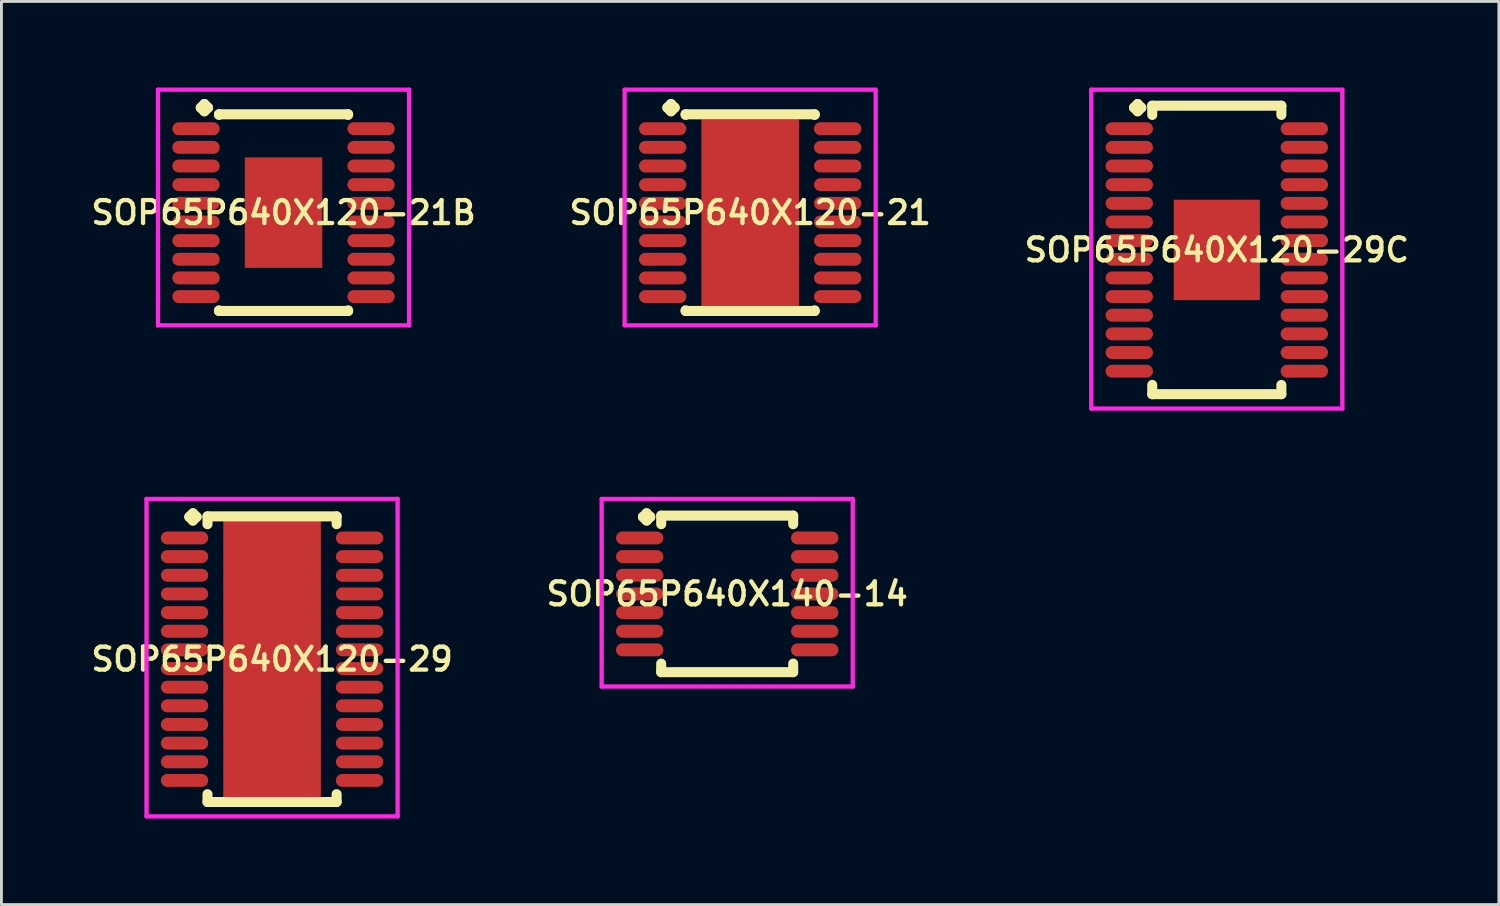
<source format=kicad_pcb>
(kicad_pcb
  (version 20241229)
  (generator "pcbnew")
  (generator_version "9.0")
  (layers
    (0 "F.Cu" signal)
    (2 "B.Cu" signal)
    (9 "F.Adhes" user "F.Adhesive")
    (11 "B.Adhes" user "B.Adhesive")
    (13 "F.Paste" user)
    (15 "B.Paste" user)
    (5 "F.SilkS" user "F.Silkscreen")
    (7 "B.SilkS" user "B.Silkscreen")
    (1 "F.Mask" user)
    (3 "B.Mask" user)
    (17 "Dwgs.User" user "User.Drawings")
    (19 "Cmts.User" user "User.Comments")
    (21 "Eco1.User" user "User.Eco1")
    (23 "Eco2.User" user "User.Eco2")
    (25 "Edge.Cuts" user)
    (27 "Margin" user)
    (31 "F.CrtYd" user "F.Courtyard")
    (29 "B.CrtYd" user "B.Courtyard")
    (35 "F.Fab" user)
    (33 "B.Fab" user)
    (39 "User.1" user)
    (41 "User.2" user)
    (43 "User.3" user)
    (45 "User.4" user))
  (footprint "SOP65P640X140-14"
    (layer "F.Cu")
    (at 22.292 17.647)
    (property "Reference" "SOP65P640X140-14" (at 0 0 0) (layer "F.SilkS") (effects (font (size 0.8 0.8) (thickness 0.15))))
    (attr smd)
    (fp_line (start -2.935 -2.683) (end -2.808 -2.81) (stroke (width 0.35) (type solid)) (layer "F.SilkS"))
    (fp_line (start -2.808 -2.81) (end -2.681 -2.683) (stroke (width 0.35) (type solid)) (layer "F.SilkS"))
    (fp_line (start -2.808 -2.556) (end -2.935 -2.683) (stroke (width 0.35) (type solid)) (layer "F.SilkS"))
    (fp_line (start -2.681 -2.683) (end -2.808 -2.556) (stroke (width 0.35) (type solid)) (layer "F.SilkS"))
    (fp_line (start -2.3 -2.727) (end 2.3 -2.727) (stroke (width 0.35) (type solid)) (layer "F.SilkS"))
    (fp_line (start -2.3 -2.429) (end -2.3 -2.727) (stroke (width 0.35) (type solid)) (layer "F.SilkS"))
    (fp_line (start -2.3 2.429) (end -2.3 2.727) (stroke (width 0.35) (type solid)) (layer "F.SilkS"))
    (fp_line (start -2.3 2.727) (end 2.3 2.727) (stroke (width 0.35) (type solid)) (layer "F.SilkS"))
    (fp_line (start 2.3 -2.727) (end 2.3 -2.429) (stroke (width 0.35) (type solid)) (layer "F.SilkS"))
    (fp_line (start 2.3 2.727) (end 2.3 2.429) (stroke (width 0.35) (type solid)) (layer "F.SilkS"))
    (fp_line (start -4.375 -3.31) (end 4.375 -3.31) (stroke (width 0.15) (type solid)) (layer "F.CrtYd"))
    (fp_line (start -4.375 3.227) (end -4.375 -3.31) (stroke (width 0.15) (type solid)) (layer "F.CrtYd"))
    (fp_line (start 4.375 -3.31) (end 4.375 3.227) (stroke (width 0.15) (type solid)) (layer "F.CrtYd"))
    (fp_line (start 4.375 3.227) (end -4.375 3.227) (stroke (width 0.15) (type solid)) (layer "F.CrtYd"))
    (pad "1" smd oval (at -3.05 -1.95) (size 1.65 0.45) (layers "F.Cu" "F.Mask" "F.Paste"))
    (pad "2" smd oval (at -3.05 -1.3) (size 1.65 0.45) (layers "F.Cu" "F.Mask" "F.Paste"))
    (pad "3" smd oval (at -3.05 -0.65) (size 1.65 0.45) (layers "F.Cu" "F.Mask" "F.Paste"))
    (pad "4" smd oval (at -3.05 0) (size 1.65 0.45) (layers "F.Cu" "F.Mask" "F.Paste"))
    (pad "5" smd oval (at -3.05 0.65) (size 1.65 0.45) (layers "F.Cu" "F.Mask" "F.Paste"))
    (pad "6" smd oval (at -3.05 1.3) (size 1.65 0.45) (layers "F.Cu" "F.Mask" "F.Paste"))
    (pad "7" smd oval (at -3.05 1.95) (size 1.65 0.45) (layers "F.Cu" "F.Mask" "F.Paste"))
    (pad "8" smd oval (at 3.05 1.95) (size 1.65 0.45) (layers "F.Cu" "F.Mask" "F.Paste"))
    (pad "9" smd oval (at 3.05 1.3) (size 1.65 0.45) (layers "F.Cu" "F.Mask" "F.Paste"))
    (pad "10" smd oval (at 3.05 0.65) (size 1.65 0.45) (layers "F.Cu" "F.Mask" "F.Paste"))
    (pad "11" smd oval (at 3.05 0) (size 1.65 0.45) (layers "F.Cu" "F.Mask" "F.Paste"))
    (pad "12" smd oval (at 3.05 -0.65) (size 1.65 0.45) (layers "F.Cu" "F.Mask" "F.Paste"))
    (pad "13" smd oval (at 3.05 -1.3) (size 1.65 0.45) (layers "F.Cu" "F.Mask" "F.Paste"))
    (pad "14" smd oval (at 3.05 -1.95) (size 1.65 0.45) (layers "F.Cu" "F.Mask" "F.Paste")))
  (footprint "SOP65P640X120-21"
    (layer "F.Cu")
    (at 23.092 4.36)
    (property "Reference" "SOP65P640X120-21" (at 0 0 0) (layer "F.SilkS") (effects (font (size 0.8 0.8) (thickness 0.15))))
    (attr smd)
    (fp_line (start -2.885 -3.658) (end -2.758 -3.785) (stroke (width 0.35) (type solid)) (layer "F.SilkS"))
    (fp_line (start -2.758 -3.785) (end -2.631 -3.658) (stroke (width 0.35) (type solid)) (layer "F.SilkS"))
    (fp_line (start -2.758 -3.531) (end -2.885 -3.658) (stroke (width 0.35) (type solid)) (layer "F.SilkS"))
    (fp_line (start -2.631 -3.658) (end -2.758 -3.531) (stroke (width 0.35) (type solid)) (layer "F.SilkS"))
    (fp_line (start -2.25 -3.427) (end 2.25 -3.427) (stroke (width 0.35) (type solid)) (layer "F.SilkS"))
    (fp_line (start -2.25 -3.404) (end -2.25 -3.427) (stroke (width 0.35) (type solid)) (layer "F.SilkS"))
    (fp_line (start -2.25 3.404) (end -2.25 3.427) (stroke (width 0.35) (type solid)) (layer "F.SilkS"))
    (fp_line (start -2.25 3.427) (end 2.25 3.427) (stroke (width 0.35) (type solid)) (layer "F.SilkS"))
    (fp_line (start 2.25 -3.427) (end 2.25 -3.404) (stroke (width 0.35) (type solid)) (layer "F.SilkS"))
    (fp_line (start 2.25 3.427) (end 2.25 3.404) (stroke (width 0.35) (type solid)) (layer "F.SilkS"))
    (fp_line (start -4.375 -4.285) (end 4.375 -4.285) (stroke (width 0.15) (type solid)) (layer "F.CrtYd"))
    (fp_line (start -4.375 3.927) (end -4.375 -4.285) (stroke (width 0.15) (type solid)) (layer "F.CrtYd"))
    (fp_line (start 4.375 -4.285) (end 4.375 3.927) (stroke (width 0.15) (type solid)) (layer "F.CrtYd"))
    (fp_line (start 4.375 3.927) (end -4.375 3.927) (stroke (width 0.15) (type solid)) (layer "F.CrtYd"))
    (pad "1" smd oval (at -3.05 -2.925) (size 1.65 0.45) (layers "F.Cu" "F.Mask" "F.Paste"))
    (pad "2" smd oval (at -3.05 -2.275) (size 1.65 0.45) (layers "F.Cu" "F.Mask" "F.Paste"))
    (pad "3" smd oval (at -3.05 -1.625) (size 1.65 0.45) (layers "F.Cu" "F.Mask" "F.Paste"))
    (pad "4" smd oval (at -3.05 -0.975) (size 1.65 0.45) (layers "F.Cu" "F.Mask" "F.Paste"))
    (pad "5" smd oval (at -3.05 -0.325) (size 1.65 0.45) (layers "F.Cu" "F.Mask" "F.Paste"))
    (pad "6" smd oval (at -3.05 0.325) (size 1.65 0.45) (layers "F.Cu" "F.Mask" "F.Paste"))
    (pad "7" smd oval (at -3.05 0.975) (size 1.65 0.45) (layers "F.Cu" "F.Mask" "F.Paste"))
    (pad "8" smd oval (at -3.05 1.625) (size 1.65 0.45) (layers "F.Cu" "F.Mask" "F.Paste"))
    (pad "9" smd oval (at -3.05 2.275) (size 1.65 0.45) (layers "F.Cu" "F.Mask" "F.Paste"))
    (pad "10" smd oval (at -3.05 2.925) (size 1.65 0.45) (layers "F.Cu" "F.Mask" "F.Paste"))
    (pad "11" smd oval (at 3.05 2.925) (size 1.65 0.45) (layers "F.Cu" "F.Mask" "F.Paste"))
    (pad "12" smd oval (at 3.05 2.275) (size 1.65 0.45) (layers "F.Cu" "F.Mask" "F.Paste"))
    (pad "13" smd oval (at 3.05 1.625) (size 1.65 0.45) (layers "F.Cu" "F.Mask" "F.Paste"))
    (pad "14" smd oval (at 3.05 0.975) (size 1.65 0.45) (layers "F.Cu" "F.Mask" "F.Paste"))
    (pad "15" smd oval (at 3.05 0.325) (size 1.65 0.45) (layers "F.Cu" "F.Mask" "F.Paste"))
    (pad "16" smd oval (at 3.05 -0.325) (size 1.65 0.45) (layers "F.Cu" "F.Mask" "F.Paste"))
    (pad "17" smd oval (at 3.05 -0.975) (size 1.65 0.45) (layers "F.Cu" "F.Mask" "F.Paste"))
    (pad "18" smd oval (at 3.05 -1.625) (size 1.65 0.45) (layers "F.Cu" "F.Mask" "F.Paste"))
    (pad "19" smd oval (at 3.05 -2.275) (size 1.65 0.45) (layers "F.Cu" "F.Mask" "F.Paste"))
    (pad "20" smd oval (at 3.05 -2.925) (size 1.65 0.45) (layers "F.Cu" "F.Mask" "F.Paste"))
    (pad "21" smd rect (at 0 0) (size 3.4 6.5) (layers "F.Cu" "F.Mask" "F.Paste")))
  (footprint "SOP65P640X120-21B"
    (layer "F.Cu")
    (at 6.831 4.36)
    (property "Reference" "SOP65P640X120-21B" (at 0 0 0) (layer "F.SilkS") (effects (font (size 0.8 0.8) (thickness 0.15))))
    (attr smd)
    (fp_line (start -2.885 -3.658) (end -2.758 -3.785) (stroke (width 0.35) (type solid)) (layer "F.SilkS"))
    (fp_line (start -2.758 -3.785) (end -2.631 -3.658) (stroke (width 0.35) (type solid)) (layer "F.SilkS"))
    (fp_line (start -2.758 -3.531) (end -2.885 -3.658) (stroke (width 0.35) (type solid)) (layer "F.SilkS"))
    (fp_line (start -2.631 -3.658) (end -2.758 -3.531) (stroke (width 0.35) (type solid)) (layer "F.SilkS"))
    (fp_line (start -2.25 -3.427) (end 2.25 -3.427) (stroke (width 0.35) (type solid)) (layer "F.SilkS"))
    (fp_line (start -2.25 -3.404) (end -2.25 -3.427) (stroke (width 0.35) (type solid)) (layer "F.SilkS"))
    (fp_line (start -2.25 3.404) (end -2.25 3.427) (stroke (width 0.35) (type solid)) (layer "F.SilkS"))
    (fp_line (start -2.25 3.427) (end 2.25 3.427) (stroke (width 0.35) (type solid)) (layer "F.SilkS"))
    (fp_line (start 2.25 -3.427) (end 2.25 -3.404) (stroke (width 0.35) (type solid)) (layer "F.SilkS"))
    (fp_line (start 2.25 3.427) (end 2.25 3.404) (stroke (width 0.35) (type solid)) (layer "F.SilkS"))
    (fp_line (start -4.375 -4.285) (end 4.375 -4.285) (stroke (width 0.15) (type solid)) (layer "F.CrtYd"))
    (fp_line (start -4.375 3.927) (end -4.375 -4.285) (stroke (width 0.15) (type solid)) (layer "F.CrtYd"))
    (fp_line (start 4.375 -4.285) (end 4.375 3.927) (stroke (width 0.15) (type solid)) (layer "F.CrtYd"))
    (fp_line (start 4.375 3.927) (end -4.375 3.927) (stroke (width 0.15) (type solid)) (layer "F.CrtYd"))
    (pad "1" smd oval (at -3.05 -2.925) (size 1.65 0.45) (layers "F.Cu" "F.Mask" "F.Paste"))
    (pad "2" smd oval (at -3.05 -2.275) (size 1.65 0.45) (layers "F.Cu" "F.Mask" "F.Paste"))
    (pad "3" smd oval (at -3.05 -1.625) (size 1.65 0.45) (layers "F.Cu" "F.Mask" "F.Paste"))
    (pad "4" smd oval (at -3.05 -0.975) (size 1.65 0.45) (layers "F.Cu" "F.Mask" "F.Paste"))
    (pad "5" smd oval (at -3.05 -0.325) (size 1.65 0.45) (layers "F.Cu" "F.Mask" "F.Paste"))
    (pad "6" smd oval (at -3.05 0.325) (size 1.65 0.45) (layers "F.Cu" "F.Mask" "F.Paste"))
    (pad "7" smd oval (at -3.05 0.975) (size 1.65 0.45) (layers "F.Cu" "F.Mask" "F.Paste"))
    (pad "8" smd oval (at -3.05 1.625) (size 1.65 0.45) (layers "F.Cu" "F.Mask" "F.Paste"))
    (pad "9" smd oval (at -3.05 2.275) (size 1.65 0.45) (layers "F.Cu" "F.Mask" "F.Paste"))
    (pad "10" smd oval (at -3.05 2.925) (size 1.65 0.45) (layers "F.Cu" "F.Mask" "F.Paste"))
    (pad "11" smd oval (at 3.05 2.925) (size 1.65 0.45) (layers "F.Cu" "F.Mask" "F.Paste"))
    (pad "12" smd oval (at 3.05 2.275) (size 1.65 0.45) (layers "F.Cu" "F.Mask" "F.Paste"))
    (pad "13" smd oval (at 3.05 1.625) (size 1.65 0.45) (layers "F.Cu" "F.Mask" "F.Paste"))
    (pad "14" smd oval (at 3.05 0.975) (size 1.65 0.45) (layers "F.Cu" "F.Mask" "F.Paste"))
    (pad "15" smd oval (at 3.05 0.325) (size 1.65 0.45) (layers "F.Cu" "F.Mask" "F.Paste"))
    (pad "16" smd oval (at 3.05 -0.325) (size 1.65 0.45) (layers "F.Cu" "F.Mask" "F.Paste"))
    (pad "17" smd oval (at 3.05 -0.975) (size 1.65 0.45) (layers "F.Cu" "F.Mask" "F.Paste"))
    (pad "18" smd oval (at 3.05 -1.625) (size 1.65 0.45) (layers "F.Cu" "F.Mask" "F.Paste"))
    (pad "19" smd oval (at 3.05 -2.275) (size 1.65 0.45) (layers "F.Cu" "F.Mask" "F.Paste"))
    (pad "20" smd oval (at 3.05 -2.925) (size 1.65 0.45) (layers "F.Cu" "F.Mask" "F.Paste"))
    (pad "21" smd rect (at 0 0) (size 2.7 3.85) (layers "F.Cu" "F.Mask" "F.Paste")))
  (footprint "SOP65P640X120-29"
    (layer "F.Cu")
    (at 6.431 19.922)
    (property "Reference" "SOP65P640X120-29" (at 0 0 0) (layer "F.SilkS") (effects (font (size 0.8 0.8) (thickness 0.15))))
    (attr smd)
    (fp_line (start -2.885 -4.958) (end -2.758 -5.085) (stroke (width 0.35) (type solid)) (layer "F.SilkS"))
    (fp_line (start -2.758 -5.085) (end -2.631 -4.958) (stroke (width 0.35) (type solid)) (layer "F.SilkS"))
    (fp_line (start -2.758 -4.831) (end -2.885 -4.958) (stroke (width 0.35) (type solid)) (layer "F.SilkS"))
    (fp_line (start -2.631 -4.958) (end -2.758 -4.831) (stroke (width 0.35) (type solid)) (layer "F.SilkS"))
    (fp_line (start -2.25 -4.977) (end 2.25 -4.977) (stroke (width 0.35) (type solid)) (layer "F.SilkS"))
    (fp_line (start -2.25 -4.704) (end -2.25 -4.977) (stroke (width 0.35) (type solid)) (layer "F.SilkS"))
    (fp_line (start -2.25 4.704) (end -2.25 4.977) (stroke (width 0.35) (type solid)) (layer "F.SilkS"))
    (fp_line (start -2.25 4.977) (end 2.25 4.977) (stroke (width 0.35) (type solid)) (layer "F.SilkS"))
    (fp_line (start 2.25 -4.977) (end 2.25 -4.704) (stroke (width 0.35) (type solid)) (layer "F.SilkS"))
    (fp_line (start 2.25 4.977) (end 2.25 4.704) (stroke (width 0.35) (type solid)) (layer "F.SilkS"))
    (fp_line (start -4.375 -5.585) (end 4.375 -5.585) (stroke (width 0.15) (type solid)) (layer "F.CrtYd"))
    (fp_line (start -4.375 5.477) (end -4.375 -5.585) (stroke (width 0.15) (type solid)) (layer "F.CrtYd"))
    (fp_line (start 4.375 -5.585) (end 4.375 5.477) (stroke (width 0.15) (type solid)) (layer "F.CrtYd"))
    (fp_line (start 4.375 5.477) (end -4.375 5.477) (stroke (width 0.15) (type solid)) (layer "F.CrtYd"))
    (pad "1" smd oval (at -3.05 -4.225) (size 1.65 0.45) (layers "F.Cu" "F.Mask" "F.Paste"))
    (pad "2" smd oval (at -3.05 -3.575) (size 1.65 0.45) (layers "F.Cu" "F.Mask" "F.Paste"))
    (pad "3" smd oval (at -3.05 -2.925) (size 1.65 0.45) (layers "F.Cu" "F.Mask" "F.Paste"))
    (pad "4" smd oval (at -3.05 -2.275) (size 1.65 0.45) (layers "F.Cu" "F.Mask" "F.Paste"))
    (pad "5" smd oval (at -3.05 -1.625) (size 1.65 0.45) (layers "F.Cu" "F.Mask" "F.Paste"))
    (pad "6" smd oval (at -3.05 -0.975) (size 1.65 0.45) (layers "F.Cu" "F.Mask" "F.Paste"))
    (pad "7" smd oval (at -3.05 -0.325) (size 1.65 0.45) (layers "F.Cu" "F.Mask" "F.Paste"))
    (pad "8" smd oval (at -3.05 0.325) (size 1.65 0.45) (layers "F.Cu" "F.Mask" "F.Paste"))
    (pad "9" smd oval (at -3.05 0.975) (size 1.65 0.45) (layers "F.Cu" "F.Mask" "F.Paste"))
    (pad "10" smd oval (at -3.05 1.625) (size 1.65 0.45) (layers "F.Cu" "F.Mask" "F.Paste"))
    (pad "11" smd oval (at -3.05 2.275) (size 1.65 0.45) (layers "F.Cu" "F.Mask" "F.Paste"))
    (pad "12" smd oval (at -3.05 2.925) (size 1.65 0.45) (layers "F.Cu" "F.Mask" "F.Paste"))
    (pad "13" smd oval (at -3.05 3.575) (size 1.65 0.45) (layers "F.Cu" "F.Mask" "F.Paste"))
    (pad "14" smd oval (at -3.05 4.225) (size 1.65 0.45) (layers "F.Cu" "F.Mask" "F.Paste"))
    (pad "15" smd oval (at 3.05 4.225) (size 1.65 0.45) (layers "F.Cu" "F.Mask" "F.Paste"))
    (pad "16" smd oval (at 3.05 3.575) (size 1.65 0.45) (layers "F.Cu" "F.Mask" "F.Paste"))
    (pad "17" smd oval (at 3.05 2.925) (size 1.65 0.45) (layers "F.Cu" "F.Mask" "F.Paste"))
    (pad "18" smd oval (at 3.05 2.275) (size 1.65 0.45) (layers "F.Cu" "F.Mask" "F.Paste"))
    (pad "19" smd oval (at 3.05 1.625) (size 1.65 0.45) (layers "F.Cu" "F.Mask" "F.Paste"))
    (pad "20" smd oval (at 3.05 0.975) (size 1.65 0.45) (layers "F.Cu" "F.Mask" "F.Paste"))
    (pad "21" smd oval (at 3.05 0.325) (size 1.65 0.45) (layers "F.Cu" "F.Mask" "F.Paste"))
    (pad "22" smd oval (at 3.05 -0.325) (size 1.65 0.45) (layers "F.Cu" "F.Mask" "F.Paste"))
    (pad "23" smd oval (at 3.05 -0.975) (size 1.65 0.45) (layers "F.Cu" "F.Mask" "F.Paste"))
    (pad "24" smd oval (at 3.05 -1.625) (size 1.65 0.45) (layers "F.Cu" "F.Mask" "F.Paste"))
    (pad "25" smd oval (at 3.05 -2.275) (size 1.65 0.45) (layers "F.Cu" "F.Mask" "F.Paste"))
    (pad "26" smd oval (at 3.05 -2.925) (size 1.65 0.45) (layers "F.Cu" "F.Mask" "F.Paste"))
    (pad "27" smd oval (at 3.05 -3.575) (size 1.65 0.45) (layers "F.Cu" "F.Mask" "F.Paste"))
    (pad "28" smd oval (at 3.05 -4.225) (size 1.65 0.45) (layers "F.Cu" "F.Mask" "F.Paste"))
    (pad "29" smd rect (at 0 0) (size 3.4 9.7) (layers "F.Cu" "F.Mask" "F.Paste")))
  (footprint "SOP65P640X120-29C"
    (layer "F.Cu")
    (at 39.354 5.66)
    (property "Reference" "SOP65P640X120-29C" (at 0 0 0) (layer "F.SilkS") (effects (font (size 0.8 0.8) (thickness 0.15))))
    (attr smd)
    (fp_line (start -2.885 -4.958) (end -2.758 -5.085) (stroke (width 0.35) (type solid)) (layer "F.SilkS"))
    (fp_line (start -2.758 -5.085) (end -2.631 -4.958) (stroke (width 0.35) (type solid)) (layer "F.SilkS"))
    (fp_line (start -2.758 -4.831) (end -2.885 -4.958) (stroke (width 0.35) (type solid)) (layer "F.SilkS"))
    (fp_line (start -2.631 -4.958) (end -2.758 -4.831) (stroke (width 0.35) (type solid)) (layer "F.SilkS"))
    (fp_line (start -2.25 -5.027) (end 2.25 -5.027) (stroke (width 0.35) (type solid)) (layer "F.SilkS"))
    (fp_line (start -2.25 -4.704) (end -2.25 -5.027) (stroke (width 0.35) (type solid)) (layer "F.SilkS"))
    (fp_line (start -2.25 4.704) (end -2.25 5.027) (stroke (width 0.35) (type solid)) (layer "F.SilkS"))
    (fp_line (start -2.25 5.027) (end 2.25 5.027) (stroke (width 0.35) (type solid)) (layer "F.SilkS"))
    (fp_line (start 2.25 -5.027) (end 2.25 -4.704) (stroke (width 0.35) (type solid)) (layer "F.SilkS"))
    (fp_line (start 2.25 5.027) (end 2.25 4.704) (stroke (width 0.35) (type solid)) (layer "F.SilkS"))
    (fp_line (start -4.375 -5.585) (end 4.375 -5.585) (stroke (width 0.15) (type solid)) (layer "F.CrtYd"))
    (fp_line (start -4.375 5.527) (end -4.375 -5.585) (stroke (width 0.15) (type solid)) (layer "F.CrtYd"))
    (fp_line (start 4.375 -5.585) (end 4.375 5.527) (stroke (width 0.15) (type solid)) (layer "F.CrtYd"))
    (fp_line (start 4.375 5.527) (end -4.375 5.527) (stroke (width 0.15) (type solid)) (layer "F.CrtYd"))
    (pad "1" smd oval (at -3.05 -4.225) (size 1.65 0.45) (layers "F.Cu" "F.Mask" "F.Paste"))
    (pad "2" smd oval (at -3.05 -3.575) (size 1.65 0.45) (layers "F.Cu" "F.Mask" "F.Paste"))
    (pad "3" smd oval (at -3.05 -2.925) (size 1.65 0.45) (layers "F.Cu" "F.Mask" "F.Paste"))
    (pad "4" smd oval (at -3.05 -2.275) (size 1.65 0.45) (layers "F.Cu" "F.Mask" "F.Paste"))
    (pad "5" smd oval (at -3.05 -1.625) (size 1.65 0.45) (layers "F.Cu" "F.Mask" "F.Paste"))
    (pad "6" smd oval (at -3.05 -0.975) (size 1.65 0.45) (layers "F.Cu" "F.Mask" "F.Paste"))
    (pad "7" smd oval (at -3.05 -0.325) (size 1.65 0.45) (layers "F.Cu" "F.Mask" "F.Paste"))
    (pad "8" smd oval (at -3.05 0.325) (size 1.65 0.45) (layers "F.Cu" "F.Mask" "F.Paste"))
    (pad "9" smd oval (at -3.05 0.975) (size 1.65 0.45) (layers "F.Cu" "F.Mask" "F.Paste"))
    (pad "10" smd oval (at -3.05 1.625) (size 1.65 0.45) (layers "F.Cu" "F.Mask" "F.Paste"))
    (pad "11" smd oval (at -3.05 2.275) (size 1.65 0.45) (layers "F.Cu" "F.Mask" "F.Paste"))
    (pad "12" smd oval (at -3.05 2.925) (size 1.65 0.45) (layers "F.Cu" "F.Mask" "F.Paste"))
    (pad "13" smd oval (at -3.05 3.575) (size 1.65 0.45) (layers "F.Cu" "F.Mask" "F.Paste"))
    (pad "14" smd oval (at -3.05 4.225) (size 1.65 0.45) (layers "F.Cu" "F.Mask" "F.Paste"))
    (pad "15" smd oval (at 3.05 4.225) (size 1.65 0.45) (layers "F.Cu" "F.Mask" "F.Paste"))
    (pad "16" smd oval (at 3.05 3.575) (size 1.65 0.45) (layers "F.Cu" "F.Mask" "F.Paste"))
    (pad "17" smd oval (at 3.05 2.925) (size 1.65 0.45) (layers "F.Cu" "F.Mask" "F.Paste"))
    (pad "18" smd oval (at 3.05 2.275) (size 1.65 0.45) (layers "F.Cu" "F.Mask" "F.Paste"))
    (pad "19" smd oval (at 3.05 1.625) (size 1.65 0.45) (layers "F.Cu" "F.Mask" "F.Paste"))
    (pad "20" smd oval (at 3.05 0.975) (size 1.65 0.45) (layers "F.Cu" "F.Mask" "F.Paste"))
    (pad "21" smd oval (at 3.05 0.325) (size 1.65 0.45) (layers "F.Cu" "F.Mask" "F.Paste"))
    (pad "22" smd oval (at 3.05 -0.325) (size 1.65 0.45) (layers "F.Cu" "F.Mask" "F.Paste"))
    (pad "23" smd oval (at 3.05 -0.975) (size 1.65 0.45) (layers "F.Cu" "F.Mask" "F.Paste"))
    (pad "24" smd oval (at 3.05 -1.625) (size 1.65 0.45) (layers "F.Cu" "F.Mask" "F.Paste"))
    (pad "25" smd oval (at 3.05 -2.275) (size 1.65 0.45) (layers "F.Cu" "F.Mask" "F.Paste"))
    (pad "26" smd oval (at 3.05 -2.925) (size 1.65 0.45) (layers "F.Cu" "F.Mask" "F.Paste"))
    (pad "27" smd oval (at 3.05 -3.575) (size 1.65 0.45) (layers "F.Cu" "F.Mask" "F.Paste"))
    (pad "28" smd oval (at 3.05 -4.225) (size 1.65 0.45) (layers "F.Cu" "F.Mask" "F.Paste"))
    (pad "29" smd rect (at 0 0) (size 3 3.5) (layers "F.Cu" "F.Mask" "F.Paste")))
  (gr_rect
    (start -3 -3)
    (end 49.184 28.474)
    (stroke (width 0.1) (type default))
    (fill no)
    (layer "Edge.Cuts")))
</source>
